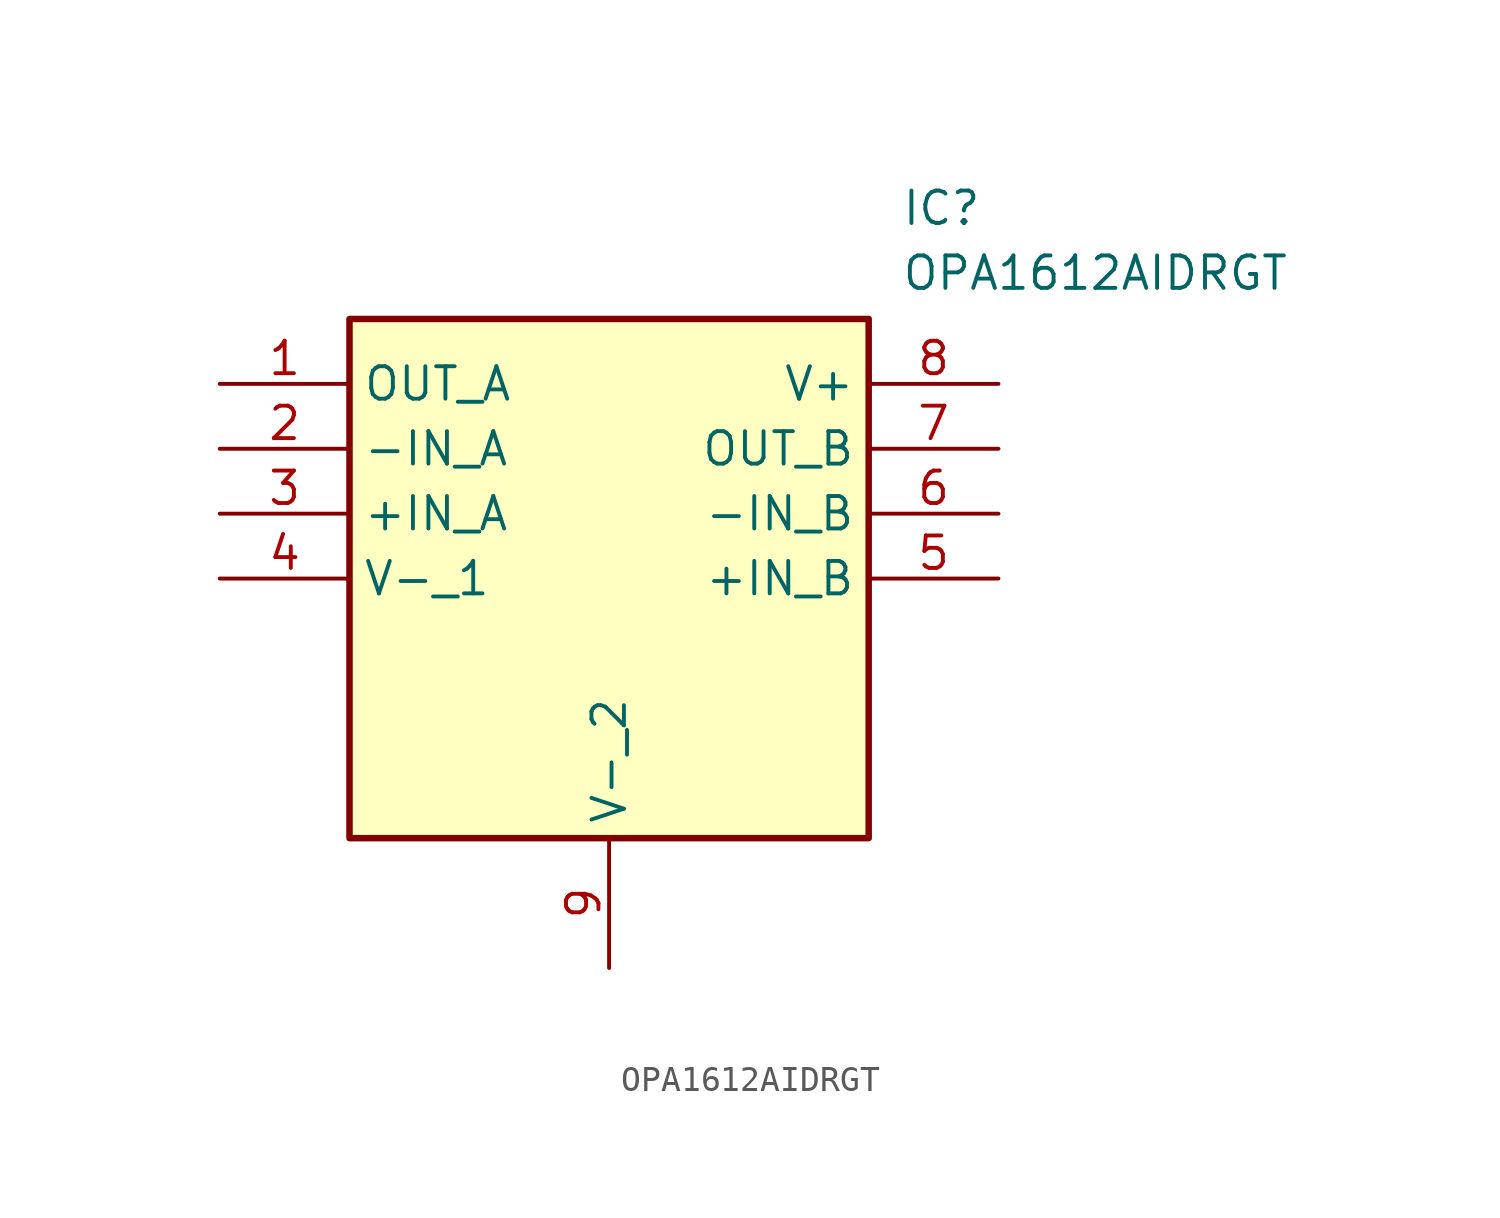
<source format=kicad_sym>
(kicad_symbol_lib
  (version 20211014)
  (generator SamacSys_ECAD_Model)
  (symbol "OPA1612AIDRGT"
    (property "Reference" "IC"
      (at 26.67 7.62 0)
      (effects (font (size 1.27 1.27)) (justify left top)))
    (property "Value" "OPA1612AIDRGT"
      (at 26.67 5.08 0)
      (effects (font (size 1.27 1.27)) (justify left top)))
    (rectangle
      (start 5.08 2.54)
      (end 25.4 -17.78)
      (stroke (width 0.254) (type default))
      (fill (type background)))
    (pin passive line
      (at 0 0 0)
      (length 5.08)
      (name "OUT_A" (effects (font (size 1.27 1.27))))
      (number "1" (effects (font (size 1.27 1.27)))))
    (pin passive line
      (at 0 -2.54 0)
      (length 5.08)
      (name "-IN_A" (effects (font (size 1.27 1.27))))
      (number "2" (effects (font (size 1.27 1.27)))))
    (pin passive line
      (at 0 -5.08 0)
      (length 5.08)
      (name "+IN_A" (effects (font (size 1.27 1.27))))
      (number "3" (effects (font (size 1.27 1.27)))))
    (pin passive line
      (at 0 -7.62 0)
      (length 5.08)
      (name "V-_1" (effects (font (size 1.27 1.27))))
      (number "4" (effects (font (size 1.27 1.27)))))
    (pin passive line
      (at 15.24 -22.86 90)
      (length 5.08)
      (name "V-_2" (effects (font (size 1.27 1.27))))
      (number "9" (effects (font (size 1.27 1.27)))))
    (pin passive line
      (at 30.48 0 180)
      (length 5.08)
      (name "V+" (effects (font (size 1.27 1.27))))
      (number "8" (effects (font (size 1.27 1.27)))))
    (pin passive line
      (at 30.48 -2.54 180)
      (length 5.08)
      (name "OUT_B" (effects (font (size 1.27 1.27))))
      (number "7" (effects (font (size 1.27 1.27)))))
    (pin passive line
      (at 30.48 -5.08 180)
      (length 5.08)
      (name "-IN_B" (effects (font (size 1.27 1.27))))
      (number "6" (effects (font (size 1.27 1.27)))))
    (pin passive line
      (at 30.48 -7.62 180)
      (length 5.08)
      (name "+IN_B" (effects (font (size 1.27 1.27))))
      (number "5" (effects (font (size 1.27 1.27)))))))
</source>
